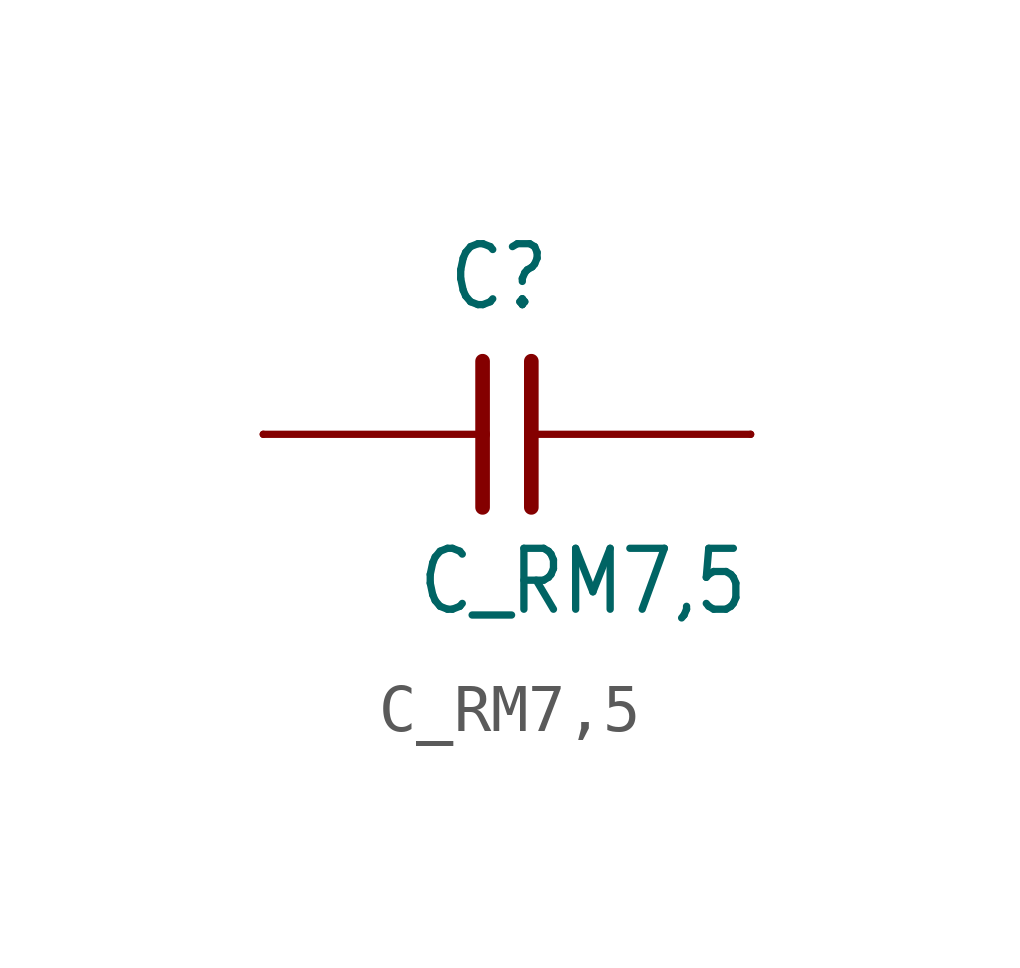
<source format=kicad_sym>
(kicad_symbol_lib
  (version 20201005)
  (generator kicad_symbol_editor)
  (symbol "C_RM7,5"
    (property "Reference" "C"
      (at -1.27 2.54 0)
      (effects (font (size 1.27 1.079)) (justify left bottom)))
    (property "Value" "C_RM7,5"
      (at -1.905 -3.81 0)
      (effects (font (size 1.27 1.079)) (justify left bottom)))
    (property "ki_locked" ""
      (at 0 0 0)
      (effects (font (size 1.27 1.27))))
    (symbol "C_RM7,5_1_0"
      (polyline (pts (xy -5.08 0) (xy -0.508 0)) (stroke (width 0.152)) (fill (type none)))
      (polyline (pts (xy -0.508 1.524) (xy -0.508 0)) (stroke (width 0.305)) (fill (type none)))
      (polyline (pts (xy -0.508 0) (xy -0.508 -1.524)) (stroke (width 0.305)) (fill (type none)))
      (polyline (pts (xy 5.08 0) (xy 0.508 0)) (stroke (width 0.152)) (fill (type none)))
      (polyline (pts (xy 0.508 1.524) (xy 0.508 0)) (stroke (width 0.305)) (fill (type none)))
      (polyline (pts (xy 0.508 0) (xy 0.508 -1.524)) (stroke (width 0.305)) (fill (type none)))
      (pin passive line (at -5.08 0 0) (length 0) (name "1" (effects (font (size 0 0)))) (number "1" (effects (font (size 0 0)))))
      (pin passive line (at 5.08 0 0) (length 0) (name "2" (effects (font (size 0 0)))) (number "2" (effects (font (size 0 0))))))))
</source>
